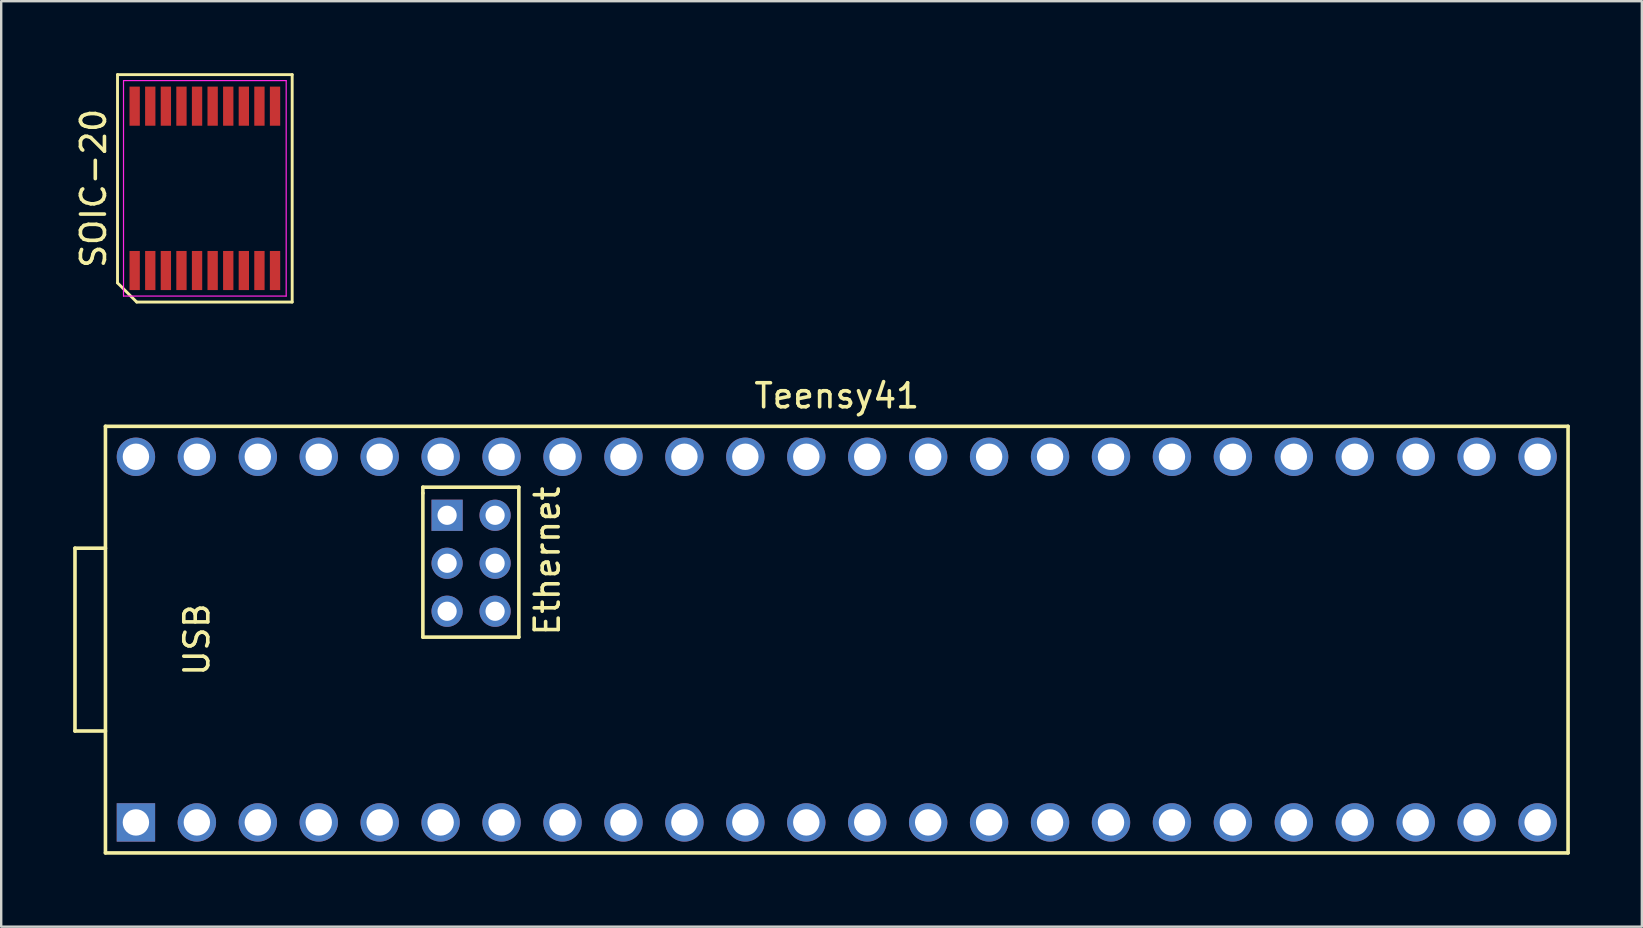
<source format=kicad_pcb>
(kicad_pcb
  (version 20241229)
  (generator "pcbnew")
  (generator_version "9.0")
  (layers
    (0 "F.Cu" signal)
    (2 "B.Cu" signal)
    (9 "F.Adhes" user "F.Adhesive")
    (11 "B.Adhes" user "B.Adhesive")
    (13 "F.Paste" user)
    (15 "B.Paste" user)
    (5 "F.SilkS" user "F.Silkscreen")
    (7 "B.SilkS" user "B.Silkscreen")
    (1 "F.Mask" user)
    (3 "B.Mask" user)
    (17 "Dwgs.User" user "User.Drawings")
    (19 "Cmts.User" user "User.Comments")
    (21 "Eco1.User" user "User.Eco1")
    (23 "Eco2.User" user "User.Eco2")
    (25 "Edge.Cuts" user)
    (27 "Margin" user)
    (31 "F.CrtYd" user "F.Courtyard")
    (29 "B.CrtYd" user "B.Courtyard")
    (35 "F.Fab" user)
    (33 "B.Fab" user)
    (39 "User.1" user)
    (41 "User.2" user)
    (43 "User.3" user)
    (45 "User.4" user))
  (footprint "SOIC-20"
    (layer "F.Cu")
    (at 5.488 4.8)
    (property "Reference" "SOIC-20" (at -4.64 0 90) (layer "F.SilkS") (effects (font (size 1 1) (thickness 0.15))))
    (attr smd)
    (fp_line (start -3.64 -4.74) (end 3.64 -4.74) (stroke (width 0.12) (type solid)) (layer "F.SilkS"))
    (fp_line (start -3.64 3.94) (end -3.64 -4.74) (stroke (width 0.12) (type solid)) (layer "F.SilkS"))
    (fp_line (start -2.84 4.74) (end -3.64 3.94) (stroke (width 0.12) (type solid)) (layer "F.SilkS"))
    (fp_line (start 3.64 -4.74) (end 3.64 4.74) (stroke (width 0.12) (type solid)) (layer "F.SilkS"))
    (fp_line (start 3.64 4.74) (end -2.84 4.74) (stroke (width 0.12) (type solid)) (layer "F.SilkS"))
    (fp_line (start -3.39 -4.49) (end 3.39 -4.49) (stroke (width 0.05) (type solid)) (layer "F.CrtYd"))
    (fp_line (start -3.39 4.49) (end -3.39 -4.49) (stroke (width 0.05) (type solid)) (layer "F.CrtYd"))
    (fp_line (start 3.39 -4.49) (end 3.39 4.49) (stroke (width 0.05) (type solid)) (layer "F.CrtYd"))
    (fp_line (start 3.39 4.49) (end -3.39 4.49) (stroke (width 0.05) (type solid)) (layer "F.CrtYd"))
    (pad "1" smd rect (at -2.925 3.425) (size 0.43 1.63) (layers "F.Cu" "F.Mask" "F.Paste"))
    (pad "2" smd rect (at -2.275 3.425) (size 0.43 1.63) (layers "F.Cu" "F.Mask" "F.Paste"))
    (pad "3" smd rect (at -1.625 3.425) (size 0.43 1.63) (layers "F.Cu" "F.Mask" "F.Paste"))
    (pad "4" smd rect (at -0.975 3.425) (size 0.43 1.63) (layers "F.Cu" "F.Mask" "F.Paste"))
    (pad "5" smd rect (at -0.325 3.425) (size 0.43 1.63) (layers "F.Cu" "F.Mask" "F.Paste"))
    (pad "6" smd rect (at 0.325 3.425) (size 0.43 1.63) (layers "F.Cu" "F.Mask" "F.Paste"))
    (pad "7" smd rect (at 0.975 3.425) (size 0.43 1.63) (layers "F.Cu" "F.Mask" "F.Paste"))
    (pad "8" smd rect (at 1.625 3.425) (size 0.43 1.63) (layers "F.Cu" "F.Mask" "F.Paste"))
    (pad "9" smd rect (at 2.275 3.425) (size 0.43 1.63) (layers "F.Cu" "F.Mask" "F.Paste"))
    (pad "10" smd rect (at 2.925 3.425) (size 0.43 1.63) (layers "F.Cu" "F.Mask" "F.Paste"))
    (pad "11" smd rect (at 2.925 -3.425) (size 0.43 1.63) (layers "F.Cu" "F.Mask" "F.Paste"))
    (pad "12" smd rect (at 2.275 -3.425) (size 0.43 1.63) (layers "F.Cu" "F.Mask" "F.Paste"))
    (pad "13" smd rect (at 1.625 -3.425) (size 0.43 1.63) (layers "F.Cu" "F.Mask" "F.Paste"))
    (pad "14" smd rect (at 0.975 -3.425) (size 0.43 1.63) (layers "F.Cu" "F.Mask" "F.Paste"))
    (pad "15" smd rect (at 0.325 -3.425) (size 0.43 1.63) (layers "F.Cu" "F.Mask" "F.Paste"))
    (pad "16" smd rect (at -0.325 -3.425) (size 0.43 1.63) (layers "F.Cu" "F.Mask" "F.Paste"))
    (pad "17" smd rect (at -0.975 -3.425) (size 0.43 1.63) (layers "F.Cu" "F.Mask" "F.Paste"))
    (pad "18" smd rect (at -1.625 -3.425) (size 0.43 1.63) (layers "F.Cu" "F.Mask" "F.Paste"))
    (pad "19" smd rect (at -2.275 -3.425) (size 0.43 1.63) (layers "F.Cu" "F.Mask" "F.Paste"))
    (pad "20" smd rect (at -2.925 -3.425) (size 0.43 1.63) (layers "F.Cu" "F.Mask" "F.Paste")))
  (footprint "Teensy41"
    (layer "F.Cu")
    (at 31.825 23.608)
    (property "Reference" "Teensy41" (at 0 -10.16 0) (layer "F.SilkS") (effects (font (size 1 1) (thickness 0.15))))
    (attr through_hole)
    (fp_line (start -31.75 -3.81) (end -30.48 -3.81) (stroke (width 0.15) (type solid)) (layer "F.SilkS"))
    (fp_line (start -31.75 3.81) (end -31.75 -3.81) (stroke (width 0.15) (type solid)) (layer "F.SilkS"))
    (fp_line (start -30.48 -8.89) (end 30.48 -8.89) (stroke (width 0.15) (type solid)) (layer "F.SilkS"))
    (fp_line (start -30.48 3.81) (end -31.75 3.81) (stroke (width 0.15) (type solid)) (layer "F.SilkS"))
    (fp_line (start -30.48 8.89) (end -30.48 -8.89) (stroke (width 0.15) (type solid)) (layer "F.SilkS"))
    (fp_line (start -17.25 -6.352) (end -17.25 -6.102) (stroke (width 0.15) (type solid)) (layer "F.SilkS"))
    (fp_line (start -17.25 -6.102) (end -17.25 -0.102) (stroke (width 0.15) (type solid)) (layer "F.SilkS"))
    (fp_line (start -17.25 -0.102) (end -13.25 -0.102) (stroke (width 0.15) (type solid)) (layer "F.SilkS"))
    (fp_line (start -13.25 -6.352) (end -17.25 -6.352) (stroke (width 0.15) (type solid)) (layer "F.SilkS"))
    (fp_line (start -13.25 -0.102) (end -13.25 -6.352) (stroke (width 0.15) (type solid)) (layer "F.SilkS"))
    (fp_line (start 30.48 -8.89) (end 30.48 8.89) (stroke (width 0.15) (type solid)) (layer "F.SilkS"))
    (fp_line (start 30.48 8.89) (end -30.48 8.89) (stroke (width 0.15) (type solid)) (layer "F.SilkS"))
    (fp_text user "Ethernet" (at -12.065 -3.277 90) (layer "F.SilkS") (effects (font (size 1 1) (thickness 0.15))))
    (fp_text user "USB" (at -26.67 0 270) (layer "F.SilkS") (effects (font (size 1 1) (thickness 0.15))))
    (pad "1" thru_hole rect (at -29.21 7.62) (size 1.6 1.6) (drill 1.1) (layers "*.Cu" "*.Mask"))
    (pad "2" thru_hole circle (at -26.67 7.62) (size 1.6 1.6) (drill 1.1) (layers "*.Cu" "*.Mask"))
    (pad "3" thru_hole circle (at -24.13 7.62) (size 1.6 1.6) (drill 1.1) (layers "*.Cu" "*.Mask"))
    (pad "4" thru_hole circle (at -21.59 7.62) (size 1.6 1.6) (drill 1.1) (layers "*.Cu" "*.Mask"))
    (pad "5" thru_hole circle (at -19.05 7.62) (size 1.6 1.6) (drill 1.1) (layers "*.Cu" "*.Mask"))
    (pad "6" thru_hole circle (at -16.51 7.62) (size 1.6 1.6) (drill 1.1) (layers "*.Cu" "*.Mask"))
    (pad "7" thru_hole circle (at -13.97 7.62) (size 1.6 1.6) (drill 1.1) (layers "*.Cu" "*.Mask"))
    (pad "8" thru_hole circle (at -11.43 7.62) (size 1.6 1.6) (drill 1.1) (layers "*.Cu" "*.Mask"))
    (pad "9" thru_hole circle (at -8.89 7.62) (size 1.6 1.6) (drill 1.1) (layers "*.Cu" "*.Mask"))
    (pad "10" thru_hole circle (at -6.35 7.62) (size 1.6 1.6) (drill 1.1) (layers "*.Cu" "*.Mask"))
    (pad "11" thru_hole circle (at -3.81 7.62) (size 1.6 1.6) (drill 1.1) (layers "*.Cu" "*.Mask"))
    (pad "12" thru_hole circle (at -1.27 7.62) (size 1.6 1.6) (drill 1.1) (layers "*.Cu" "*.Mask"))
    (pad "13" thru_hole circle (at 1.27 7.62) (size 1.6 1.6) (drill 1.1) (layers "*.Cu" "*.Mask"))
    (pad "14" thru_hole circle (at 3.81 7.62) (size 1.6 1.6) (drill 1.1) (layers "*.Cu" "*.Mask"))
    (pad "15" thru_hole circle (at 6.35 7.62) (size 1.6 1.6) (drill 1.1) (layers "*.Cu" "*.Mask"))
    (pad "16" thru_hole circle (at 8.89 7.62) (size 1.6 1.6) (drill 1.1) (layers "*.Cu" "*.Mask"))
    (pad "17" thru_hole circle (at 11.43 7.62) (size 1.6 1.6) (drill 1.1) (layers "*.Cu" "*.Mask"))
    (pad "18" thru_hole circle (at 13.97 7.62) (size 1.6 1.6) (drill 1.1) (layers "*.Cu" "*.Mask"))
    (pad "19" thru_hole circle (at 16.51 7.62) (size 1.6 1.6) (drill 1.1) (layers "*.Cu" "*.Mask"))
    (pad "20" thru_hole circle (at 19.05 7.62) (size 1.6 1.6) (drill 1.1) (layers "*.Cu" "*.Mask"))
    (pad "21" thru_hole circle (at 21.59 7.62) (size 1.6 1.6) (drill 1.1) (layers "*.Cu" "*.Mask"))
    (pad "22" thru_hole circle (at 24.13 7.62) (size 1.6 1.6) (drill 1.1) (layers "*.Cu" "*.Mask"))
    (pad "23" thru_hole circle (at 26.67 7.62) (size 1.6 1.6) (drill 1.1) (layers "*.Cu" "*.Mask"))
    (pad "24" thru_hole circle (at 29.21 7.62) (size 1.6 1.6) (drill 1.1) (layers "*.Cu" "*.Mask"))
    (pad "25" thru_hole circle (at 29.21 -7.62) (size 1.6 1.6) (drill 1.1) (layers "*.Cu" "*.Mask"))
    (pad "26" thru_hole circle (at 26.67 -7.62) (size 1.6 1.6) (drill 1.1) (layers "*.Cu" "*.Mask"))
    (pad "27" thru_hole circle (at 24.13 -7.62) (size 1.6 1.6) (drill 1.1) (layers "*.Cu" "*.Mask"))
    (pad "28" thru_hole circle (at 21.59 -7.62) (size 1.6 1.6) (drill 1.1) (layers "*.Cu" "*.Mask"))
    (pad "29" thru_hole circle (at 19.05 -7.62) (size 1.6 1.6) (drill 1.1) (layers "*.Cu" "*.Mask"))
    (pad "30" thru_hole circle (at 16.51 -7.62) (size 1.6 1.6) (drill 1.1) (layers "*.Cu" "*.Mask"))
    (pad "31" thru_hole circle (at 13.97 -7.62) (size 1.6 1.6) (drill 1.1) (layers "*.Cu" "*.Mask"))
    (pad "32" thru_hole circle (at 11.43 -7.62) (size 1.6 1.6) (drill 1.1) (layers "*.Cu" "*.Mask"))
    (pad "33" thru_hole circle (at 8.89 -7.62) (size 1.6 1.6) (drill 1.1) (layers "*.Cu" "*.Mask"))
    (pad "34" thru_hole circle (at 6.35 -7.62) (size 1.6 1.6) (drill 1.1) (layers "*.Cu" "*.Mask"))
    (pad "35" thru_hole circle (at 3.81 -7.62) (size 1.6 1.6) (drill 1.1) (layers "*.Cu" "*.Mask"))
    (pad "36" thru_hole circle (at 1.27 -7.62) (size 1.6 1.6) (drill 1.1) (layers "*.Cu" "*.Mask"))
    (pad "37" thru_hole circle (at -1.27 -7.62) (size 1.6 1.6) (drill 1.1) (layers "*.Cu" "*.Mask"))
    (pad "38" thru_hole circle (at -3.81 -7.62) (size 1.6 1.6) (drill 1.1) (layers "*.Cu" "*.Mask"))
    (pad "39" thru_hole circle (at -6.35 -7.62) (size 1.6 1.6) (drill 1.1) (layers "*.Cu" "*.Mask"))
    (pad "40" thru_hole circle (at -8.89 -7.62) (size 1.6 1.6) (drill 1.1) (layers "*.Cu" "*.Mask"))
    (pad "41" thru_hole circle (at -11.43 -7.62) (size 1.6 1.6) (drill 1.1) (layers "*.Cu" "*.Mask"))
    (pad "42" thru_hole circle (at -13.97 -7.62) (size 1.6 1.6) (drill 1.1) (layers "*.Cu" "*.Mask"))
    (pad "43" thru_hole circle (at -16.51 -7.62) (size 1.6 1.6) (drill 1.1) (layers "*.Cu" "*.Mask"))
    (pad "44" thru_hole circle (at -19.05 -7.62) (size 1.6 1.6) (drill 1.1) (layers "*.Cu" "*.Mask"))
    (pad "45" thru_hole circle (at -21.59 -7.62) (size 1.6 1.6) (drill 1.1) (layers "*.Cu" "*.Mask"))
    (pad "46" thru_hole circle (at -24.13 -7.62) (size 1.6 1.6) (drill 1.1) (layers "*.Cu" "*.Mask"))
    (pad "47" thru_hole circle (at -26.67 -7.62) (size 1.6 1.6) (drill 1.1) (layers "*.Cu" "*.Mask"))
    (pad "48" thru_hole circle (at -29.21 -7.62) (size 1.6 1.6) (drill 1.1) (layers "*.Cu" "*.Mask"))
    (pad "60" thru_hole rect (at -16.24 -5.182) (size 1.3 1.3) (drill 0.8) (layers "*.Cu" "*.Mask"))
    (pad "61" thru_hole circle (at -16.24 -3.182) (size 1.3 1.3) (drill 0.8) (layers "*.Cu" "*.Mask"))
    (pad "62" thru_hole circle (at -16.24 -1.182) (size 1.3 1.3) (drill 0.8) (layers "*.Cu" "*.Mask"))
    (pad "63" thru_hole circle (at -14.24 -1.182) (size 1.3 1.3) (drill 0.8) (layers "*.Cu" "*.Mask"))
    (pad "64" thru_hole circle (at -14.24 -3.182) (size 1.3 1.3) (drill 0.8) (layers "*.Cu" "*.Mask"))
    (pad "65" thru_hole circle (at -14.24 -5.182) (size 1.3 1.3) (drill 0.8) (layers "*.Cu" "*.Mask")))
  (gr_rect
    (start -3 -3)
    (end 65.38 35.573)
    (stroke (width 0.1) (type default))
    (fill no)
    (layer "Edge.Cuts")))
</source>
